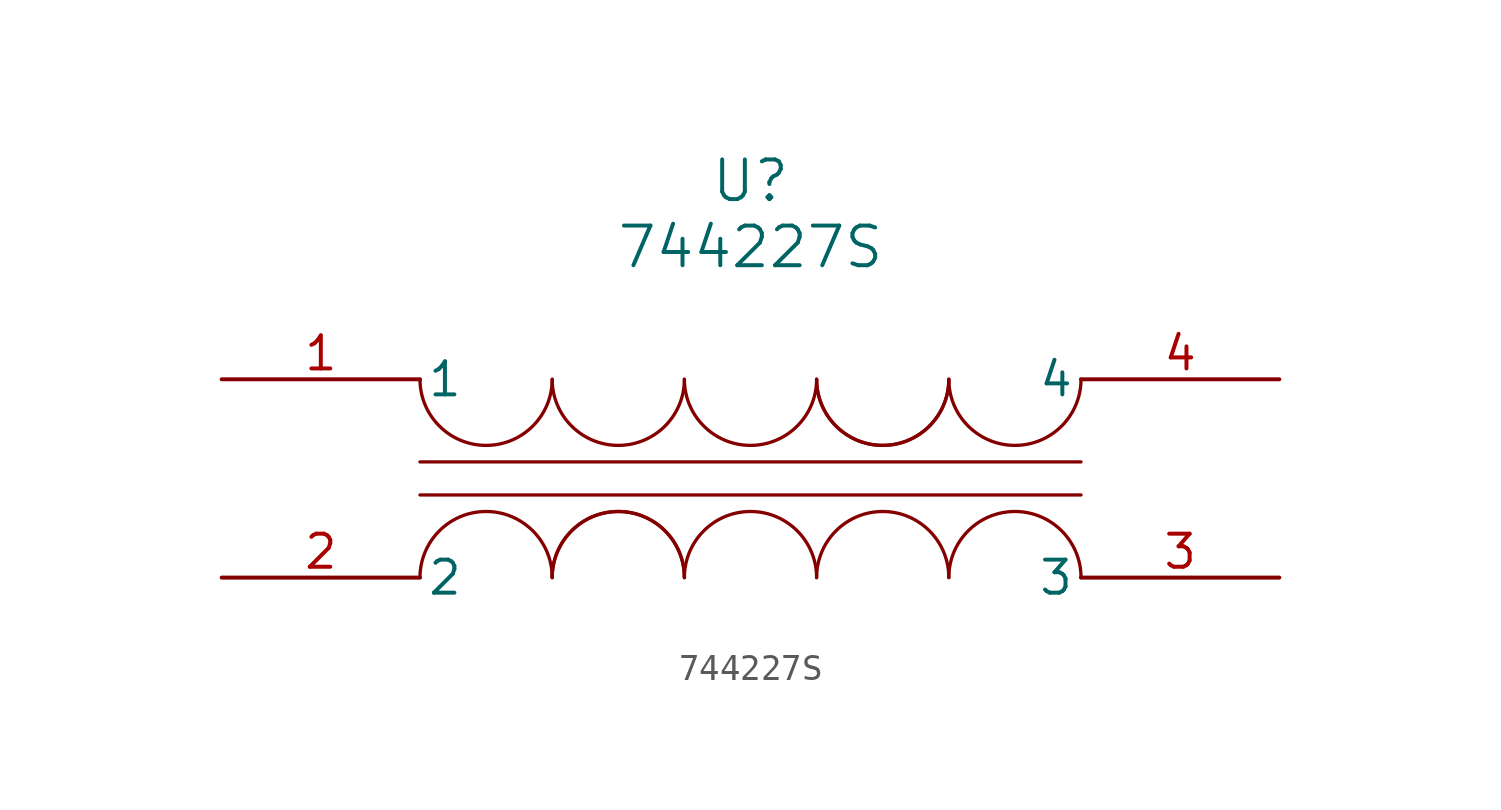
<source format=kicad_sym>
(kicad_symbol_lib
  (version 20211014)
  (generator kicad_symbol_editor)
  (symbol "744227S"
    (pin_names
      (offset 0.254))
    (property "Reference" "U"
      (at 20.32 7.62 0)
      (effects (font (size 1.524 1.524))))
    (property "Value" "744227S"
      (at 20.32 5.08 0)
      (effects (font (size 1.524 1.524))))
    (symbol "744227S_0_1"
      (polyline (pts (xy 7.62 -3.175) (xy 33.02 -3.175)) (stroke (width 0.127) (type default) (color 0 0 0 0)) (fill (type none)))
      (polyline (pts (xy 7.62 -4.445) (xy 33.02 -4.445)) (stroke (width 0.127) (type default) (color 0 0 0 0)) (fill (type none)))
      (arc (start 7.62 0) (mid 10.16 -2.54) (end 12.7 0) (stroke (width 0.127) (type default) (color 0 0 0 0)) (fill (type none)))
      (arc (start 12.7 0) (mid 15.24 -2.54) (end 17.78 0) (stroke (width 0.127) (type default) (color 0 0 0 0)) (fill (type none)))
      (arc (start 17.78 0) (mid 20.32 -2.54) (end 22.86 0) (stroke (width 0.127) (type default) (color 0 0 0 0)) (fill (type none)))
      (arc (start 22.86 0) (mid 25.4 -2.54) (end 27.94 0) (stroke (width 0.127) (type default) (color 0 0 0 0)) (fill (type none)))
      (arc (start 22.86 0) (mid 25.4 -2.54) (end 27.94 0) (stroke (width 0.127) (type default) (color 0 0 0 0)) (fill (type none)))
      (arc (start 27.94 0) (mid 30.48 -2.54) (end 33.02 0) (stroke (width 0.127) (type default) (color 0 0 0 0)) (fill (type none)))
      (arc (start 33.02 -7.62) (mid 30.48 -5.08) (end 27.94 -7.62) (stroke (width 0.127) (type default) (color 0 0 0 0)) (fill (type none)))
      (arc (start 27.94 -7.62) (mid 25.4 -5.08) (end 22.86 -7.62) (stroke (width 0.127) (type default) (color 0 0 0 0)) (fill (type none)))
      (arc (start 22.86 -7.62) (mid 20.32 -5.08) (end 17.78 -7.62) (stroke (width 0.127) (type default) (color 0 0 0 0)) (fill (type none)))
      (arc (start 17.78 -7.62) (mid 15.24 -5.08) (end 12.7 -7.62) (stroke (width 0.127) (type default) (color 0 0 0 0)) (fill (type none)))
      (arc (start 17.78 -7.62) (mid 15.24 -5.08) (end 12.7 -7.62) (stroke (width 0.127) (type default) (color 0 0 0 0)) (fill (type none)))
      (arc (start 12.7 -7.62) (mid 10.16 -5.08) (end 7.62 -7.62) (stroke (width 0.127) (type default) (color 0 0 0 0)) (fill (type none)))
      (pin unspecified line (at 0 0 0) (length 7.62) (name "1" (effects (font (size 1.27 1.27)))) (number "1" (effects (font (size 1.27 1.27)))))
      (pin unspecified line (at 0 -7.62 0) (length 7.62) (name "2" (effects (font (size 1.27 1.27)))) (number "2" (effects (font (size 1.27 1.27)))))
      (pin unspecified line (at 40.64 -7.62 180) (length 7.62) (name "3" (effects (font (size 1.27 1.27)))) (number "3" (effects (font (size 1.27 1.27)))))
      (pin unspecified line (at 40.64 0 180) (length 7.62) (name "4" (effects (font (size 1.27 1.27)))) (number "4" (effects (font (size 1.27 1.27))))))))
</source>
